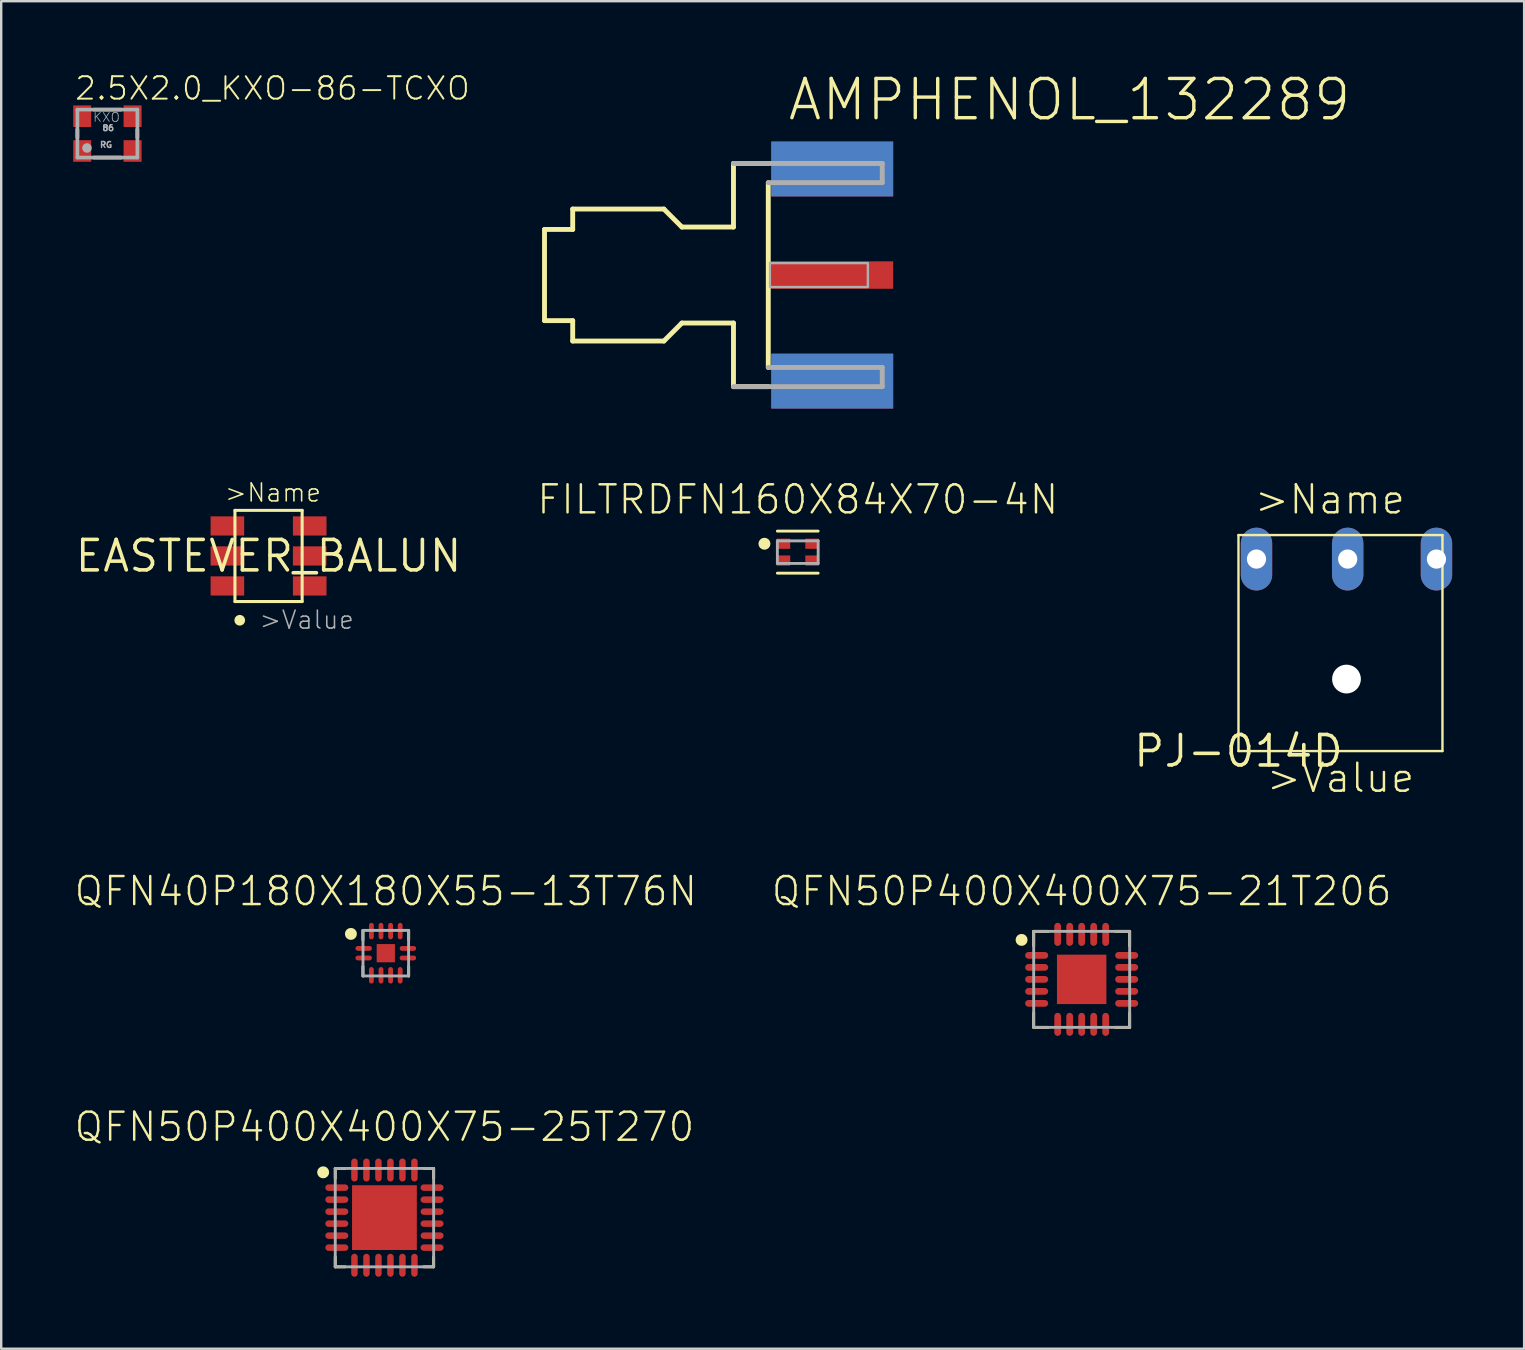
<source format=kicad_pcb>
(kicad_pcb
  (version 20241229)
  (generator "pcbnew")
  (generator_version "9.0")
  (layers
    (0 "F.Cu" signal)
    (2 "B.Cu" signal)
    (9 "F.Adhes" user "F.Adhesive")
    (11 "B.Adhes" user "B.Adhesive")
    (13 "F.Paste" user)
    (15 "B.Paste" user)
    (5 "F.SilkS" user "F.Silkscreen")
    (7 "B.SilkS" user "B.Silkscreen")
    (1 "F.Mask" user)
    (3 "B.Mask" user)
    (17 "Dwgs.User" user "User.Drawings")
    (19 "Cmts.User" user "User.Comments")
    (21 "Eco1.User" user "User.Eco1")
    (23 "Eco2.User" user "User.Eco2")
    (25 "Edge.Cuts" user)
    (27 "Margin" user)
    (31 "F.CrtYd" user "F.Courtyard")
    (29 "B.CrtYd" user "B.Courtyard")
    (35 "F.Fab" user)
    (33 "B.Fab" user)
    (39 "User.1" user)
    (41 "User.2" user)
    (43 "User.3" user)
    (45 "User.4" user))
  (footprint "AMPHENOL_132289"
    (layer "F.Cu")
    (at 29.066 8.412)
    (property "Reference" "AMPHENOL_132289" (at 0.635 -6.35 0) (layer "F.SilkS") (effects (font (size 1.636 1.636) (thickness 0.142)) (justify left bottom)))
    (fp_line (start -9.425 -1.9) (end -8.25 -1.9) (stroke (width 0.203) (type solid)) (layer "F.SilkS"))
    (fp_line (start -9.425 1.9) (end -9.425 -1.9) (stroke (width 0.203) (type solid)) (layer "F.SilkS"))
    (fp_line (start -8.25 -2.75) (end -4.45 -2.75) (stroke (width 0.203) (type solid)) (layer "F.SilkS"))
    (fp_line (start -8.25 -1.9) (end -8.25 -2.75) (stroke (width 0.203) (type solid)) (layer "F.SilkS"))
    (fp_line (start -8.25 1.9) (end -9.425 1.9) (stroke (width 0.203) (type solid)) (layer "F.SilkS"))
    (fp_line (start -8.25 2.75) (end -8.25 1.9) (stroke (width 0.203) (type solid)) (layer "F.SilkS"))
    (fp_line (start -4.45 -2.75) (end -3.7 -2) (stroke (width 0.203) (type solid)) (layer "F.SilkS"))
    (fp_line (start -4.45 2.75) (end -8.25 2.75) (stroke (width 0.203) (type solid)) (layer "F.SilkS"))
    (fp_line (start -3.7 -2) (end -1.55 -2) (stroke (width 0.203) (type solid)) (layer "F.SilkS"))
    (fp_line (start -3.7 2) (end -4.45 2.75) (stroke (width 0.203) (type solid)) (layer "F.SilkS"))
    (fp_line (start -1.55 -4.65) (end -0.1 -4.65) (stroke (width 0.203) (type solid)) (layer "F.SilkS"))
    (fp_line (start -1.55 -2) (end -1.55 -4.65) (stroke (width 0.203) (type solid)) (layer "F.SilkS"))
    (fp_line (start -1.55 2) (end -3.7 2) (stroke (width 0.203) (type solid)) (layer "F.SilkS"))
    (fp_line (start -1.55 4.65) (end -1.55 2) (stroke (width 0.203) (type solid)) (layer "F.SilkS"))
    (fp_line (start -0.1 3.85) (end -0.1 -3.85) (stroke (width 0.203) (type solid)) (layer "F.SilkS"))
    (fp_line (start -0.1 4.65) (end -1.55 4.65) (stroke (width 0.203) (type solid)) (layer "F.SilkS"))
    (fp_line (start -1.55 -4.65) (end 4.65 -4.65) (stroke (width 0.203) (type solid)) (layer "F.Fab"))
    (fp_line (start -0.1 -3.85) (end 4.65 -3.85) (stroke (width 0.203) (type solid)) (layer "F.Fab"))
    (fp_line (start 4.65 -3.85) (end 4.65 -4.65) (stroke (width 0.203) (type solid)) (layer "F.Fab"))
    (fp_line (start 4.65 3.85) (end -0.1 3.85) (stroke (width 0.203) (type solid)) (layer "F.Fab"))
    (fp_line (start 4.65 4.65) (end -1.55 4.65) (stroke (width 0.203) (type solid)) (layer "F.Fab"))
    (fp_line (start 4.65 4.65) (end 4.65 3.85) (stroke (width 0.203) (type solid)) (layer "F.Fab"))
    (fp_poly (pts (xy -0.025 0.5) (xy 4.05 0.5) (xy 4.05 -0.5) (xy -0.025 -0.5)) (stroke (width 0.1) (type solid)) (fill no) (layer "F.Fab"))
    (pad "1" smd rect (at 2.565 0) (size 5.08 1.143) (layers "F.Cu" "F.Mask" "F.Paste"))
    (pad "G@1" smd rect (at 2.565 -4.42) (size 5.08 2.286) (layers "F.Cu" "F.Mask" "F.Paste"))
    (pad "G@2" smd rect (at 2.565 4.42) (size 5.08 2.286) (layers "F.Cu" "F.Mask" "F.Paste"))
    (pad "G@3" smd rect (at 2.565 -4.42) (size 5.08 2.286) (layers "B.Cu" "B.Mask" "B.Paste"))
    (pad "G@4" smd rect (at 2.565 4.42) (size 5.08 2.286) (layers "B.Cu" "B.Mask" "B.Paste")))
  (footprint "QFN40P180X180X55-13T76N"
    (layer "F.Cu")
    (at 13.027 36.672)
    (property "Reference" "QFN40P180X180X55-13T76N" (at 0 -1.9 0) (layer "F.SilkS") (effects (font (size 1.168 1.168) (thickness 0.102)) (justify bottom)))
    (fp_line (start -0.954 -0.95) (end -0.954 -0.554) (stroke (width 0.12) (type solid)) (layer "F.SilkS"))
    (fp_line (start -0.954 0.95) (end -0.954 0.554) (stroke (width 0.12) (type solid)) (layer "F.SilkS"))
    (fp_line (start 0.954 -0.95) (end 0.954 -0.554) (stroke (width 0.12) (type solid)) (layer "F.SilkS"))
    (fp_line (start 0.954 0.95) (end 0.954 0.554) (stroke (width 0.12) (type solid)) (layer "F.SilkS"))
    (fp_circle (center -1.454 -0.804) (end -1.329 -0.804) (stroke (width 0.25) (type solid)) (fill no) (layer "F.SilkS"))
    (fp_line (start -0.95 -0.95) (end 0.95 -0.95) (stroke (width 0.12) (type solid)) (layer "F.Fab"))
    (fp_line (start -0.95 0.95) (end -0.95 -0.95) (stroke (width 0.12) (type solid)) (layer "F.Fab"))
    (fp_line (start 0.95 -0.95) (end 0.95 0.95) (stroke (width 0.12) (type solid)) (layer "F.Fab"))
    (fp_line (start 0.95 0.95) (end -0.95 0.95) (stroke (width 0.12) (type solid)) (layer "F.Fab"))
    (pad "1" smd roundrect (at -0.921 -0.2) (size 0.688 0.2) (layers "F.Cu" "F.Mask" "F.Paste") (roundrect_rratio 0.5))
    (pad "2" smd roundrect (at -0.921 0.2) (size 0.688 0.2) (layers "F.Cu" "F.Mask" "F.Paste") (roundrect_rratio 0.5))
    (pad "3" smd roundrect (at -0.6 0.921 90) (size 0.688 0.2) (layers "F.Cu" "F.Mask" "F.Paste") (roundrect_rratio 0.5))
    (pad "4" smd roundrect (at -0.2 0.921 90) (size 0.688 0.2) (layers "F.Cu" "F.Mask" "F.Paste") (roundrect_rratio 0.5))
    (pad "5" smd roundrect (at 0.2 0.921 90) (size 0.688 0.2) (layers "F.Cu" "F.Mask" "F.Paste") (roundrect_rratio 0.5))
    (pad "6" smd roundrect (at 0.6 0.921 90) (size 0.688 0.2) (layers "F.Cu" "F.Mask" "F.Paste") (roundrect_rratio 0.5))
    (pad "7" smd roundrect (at 0.921 0.2) (size 0.688 0.2) (layers "F.Cu" "F.Mask" "F.Paste") (roundrect_rratio 0.5))
    (pad "8" smd roundrect (at 0.921 -0.2) (size 0.688 0.2) (layers "F.Cu" "F.Mask" "F.Paste") (roundrect_rratio 0.5))
    (pad "9" smd roundrect (at 0.6 -0.921 90) (size 0.688 0.2) (layers "F.Cu" "F.Mask" "F.Paste") (roundrect_rratio 0.5))
    (pad "10" smd roundrect (at 0.2 -0.921 90) (size 0.688 0.2) (layers "F.Cu" "F.Mask" "F.Paste") (roundrect_rratio 0.5))
    (pad "11" smd roundrect (at -0.2 -0.921 90) (size 0.688 0.2) (layers "F.Cu" "F.Mask" "F.Paste") (roundrect_rratio 0.5))
    (pad "12" smd roundrect (at -0.6 -0.921 90) (size 0.688 0.2) (layers "F.Cu" "F.Mask" "F.Paste") (roundrect_rratio 0.5))
    (pad "13" smd rect (at 0 0) (size 0.76 0.76) (layers "F.Cu" "F.Mask" "F.Paste")))
  (footprint "EASTEVER_BALUN"
    (layer "F.Cu")
    (at 8.141 20.118)
    (property "Reference" "EASTEVER_BALUN" (at 0 0 0) (layer "F.SilkS") (effects (font (size 1.27 1.27) (thickness 0.15))))
    (fp_line (start -1.4 -1.9) (end 1.4 -1.9) (stroke (width 0.127) (type solid)) (layer "F.SilkS"))
    (fp_line (start -1.4 1.9) (end -1.4 -1.9) (stroke (width 0.127) (type solid)) (layer "F.SilkS"))
    (fp_line (start 1.4 -1.9) (end 1.4 1.9) (stroke (width 0.127) (type solid)) (layer "F.SilkS"))
    (fp_line (start 1.4 1.9) (end -1.4 1.9) (stroke (width 0.127) (type solid)) (layer "F.SilkS"))
    (fp_circle (center -1.2 2.68) (end -1.088 2.68) (stroke (width 0.224) (type solid)) (fill no) (layer "F.SilkS"))
    (fp_text user ">Name" (at -1.87 -2.2 0) (layer "F.SilkS") (effects (font (size 0.748 0.748) (thickness 0.065)) (justify left bottom)))
    (fp_text user ">Value" (at -0.43 3.1 0) (layer "F.Fab") (effects (font (size 0.748 0.748) (thickness 0.065)) (justify left bottom)))
    (pad "1" smd rect (at -1.715 1.25) (size 1.4 0.8) (layers "F.Cu" "F.Mask" "F.Paste"))
    (pad "2" smd rect (at -1.715 0) (size 1.4 0.8) (layers "F.Cu" "F.Mask" "F.Paste"))
    (pad "3" smd rect (at -1.715 -1.25) (size 1.4 0.8) (layers "F.Cu" "F.Mask" "F.Paste"))
    (pad "4" smd rect (at 1.715 -1.25) (size 1.4 0.8) (layers "F.Cu" "F.Mask" "F.Paste"))
    (pad "5" smd rect (at 1.715 0) (size 1.4 0.8) (layers "F.Cu" "F.Mask" "F.Paste"))
    (pad "6" smd rect (at 1.715 1.25) (size 1.4 0.8) (layers "F.Cu" "F.Mask" "F.Paste")))
  (footprint "2.5X2.0_KXO-86-TCXO"
    (layer "F.Cu")
    (at 1.425 2.517)
    (property "Reference" "2.5X2.0_KXO-86-TCXO" (at -1.411 -1.338 0) (layer "F.SilkS") (effects (font (size 0.935 0.935) (thickness 0.081)) (justify left bottom)))
    (fp_line (start -1.25 0.17) (end -1.25 -0.17) (stroke (width 0.152) (type solid)) (layer "F.SilkS"))
    (fp_line (start -0.57 -1) (end 0.57 -1) (stroke (width 0.152) (type solid)) (layer "F.SilkS"))
    (fp_line (start -0.57 1) (end 0.57 1) (stroke (width 0.152) (type solid)) (layer "F.SilkS"))
    (fp_line (start 1.25 0.17) (end 1.25 -0.17) (stroke (width 0.152) (type solid)) (layer "F.SilkS"))
    (fp_line (start -1.25 -1) (end -1.25 1) (stroke (width 0.152) (type solid)) (layer "F.Fab"))
    (fp_line (start -1.25 1) (end 1.25 1) (stroke (width 0.152) (type solid)) (layer "F.Fab"))
    (fp_line (start 1.25 -1) (end -1.25 -1) (stroke (width 0.152) (type solid)) (layer "F.Fab"))
    (fp_line (start 1.25 1) (end 1.25 -1) (stroke (width 0.152) (type solid)) (layer "F.Fab"))
    (fp_circle (center -0.85 0.6) (end -0.75 0.6) (stroke (width 0.2) (type solid)) (fill no) (layer "F.Fab"))
    (fp_text user "86" (at -0.24 -0.09 0) (layer "F.Fab") (effects (font (size 0.247 0.247) (thickness 0.058)) (justify left bottom)))
    (fp_text user "KXO" (at -0.62 -0.46 0) (layer "F.Fab") (effects (font (size 0.374 0.374) (thickness 0.033)) (justify left bottom)))
    (fp_text user "RG" (at -0.34 0.61 0) (layer "F.Fab") (effects (font (size 0.247 0.247) (thickness 0.058)) (justify left bottom)))
    (pad "1" smd rect (at -1.05 0.725) (size 0.75 0.9) (layers "F.Cu" "F.Mask" "F.Paste"))
    (pad "2" smd rect (at 1.05 0.725) (size 0.75 0.9) (layers "F.Cu" "F.Mask" "F.Paste"))
    (pad "3" smd rect (at 1.05 -0.725) (size 0.75 0.9) (layers "F.Cu" "F.Mask" "F.Paste"))
    (pad "4" smd rect (at -1.05 -0.725) (size 0.75 0.9) (layers "F.Cu" "F.Mask" "F.Paste")))
  (footprint "QFN50P400X400X75-21T206"
    (layer "F.Cu")
    (at 42.026 37.763)
    (property "Reference" "QFN50P400X400X75-21T206" (at 0 -2.991 0) (layer "F.SilkS") (effects (font (size 1.168 1.168) (thickness 0.102)) (justify bottom)))
    (fp_line (start -2 -2) (end -1.395 -2) (stroke (width 0.12) (type solid)) (layer "F.SilkS"))
    (fp_line (start -2 -1.395) (end -2 -2) (stroke (width 0.12) (type solid)) (layer "F.SilkS"))
    (fp_line (start -2 1.395) (end -2 2) (stroke (width 0.12) (type solid)) (layer "F.SilkS"))
    (fp_line (start -2 2) (end -1.395 2) (stroke (width 0.12) (type solid)) (layer "F.SilkS"))
    (fp_line (start 2 -2) (end 1.395 -2) (stroke (width 0.12) (type solid)) (layer "F.SilkS"))
    (fp_line (start 2 -1.395) (end 2 -2) (stroke (width 0.12) (type solid)) (layer "F.SilkS"))
    (fp_line (start 2 1.395) (end 2 2) (stroke (width 0.12) (type solid)) (layer "F.SilkS"))
    (fp_line (start 2 2) (end 1.395 2) (stroke (width 0.12) (type solid)) (layer "F.SilkS"))
    (fp_circle (center -2.504 -1.645) (end -2.379 -1.645) (stroke (width 0.25) (type solid)) (fill no) (layer "F.SilkS"))
    (fp_line (start -2 -2) (end 2 -2) (stroke (width 0.12) (type solid)) (layer "F.Fab"))
    (fp_line (start -2 2) (end -2 -2) (stroke (width 0.12) (type solid)) (layer "F.Fab"))
    (fp_line (start 2 -2) (end 2 2) (stroke (width 0.12) (type solid)) (layer "F.Fab"))
    (fp_line (start 2 2) (end -2 2) (stroke (width 0.12) (type solid)) (layer "F.Fab"))
    (pad "1" smd roundrect (at -1.875 -1) (size 0.962 0.282) (layers "F.Cu" "F.Mask" "F.Paste") (roundrect_rratio 0.5))
    (pad "2" smd roundrect (at -1.875 -0.5) (size 0.962 0.282) (layers "F.Cu" "F.Mask" "F.Paste") (roundrect_rratio 0.5))
    (pad "3" smd roundrect (at -1.875 0) (size 0.962 0.282) (layers "F.Cu" "F.Mask" "F.Paste") (roundrect_rratio 0.5))
    (pad "4" smd roundrect (at -1.875 0.5) (size 0.962 0.282) (layers "F.Cu" "F.Mask" "F.Paste") (roundrect_rratio 0.5))
    (pad "5" smd roundrect (at -1.875 1) (size 0.962 0.282) (layers "F.Cu" "F.Mask" "F.Paste") (roundrect_rratio 0.5))
    (pad "6" smd roundrect (at -1 1.875 90) (size 0.962 0.282) (layers "F.Cu" "F.Mask" "F.Paste") (roundrect_rratio 0.5))
    (pad "7" smd roundrect (at -0.5 1.875 90) (size 0.962 0.282) (layers "F.Cu" "F.Mask" "F.Paste") (roundrect_rratio 0.5))
    (pad "8" smd roundrect (at 0 1.875 90) (size 0.962 0.282) (layers "F.Cu" "F.Mask" "F.Paste") (roundrect_rratio 0.5))
    (pad "9" smd roundrect (at 0.5 1.875 90) (size 0.962 0.282) (layers "F.Cu" "F.Mask" "F.Paste") (roundrect_rratio 0.5))
    (pad "10" smd roundrect (at 1 1.875 90) (size 0.962 0.282) (layers "F.Cu" "F.Mask" "F.Paste") (roundrect_rratio 0.5))
    (pad "11" smd roundrect (at 1.875 1) (size 0.962 0.282) (layers "F.Cu" "F.Mask" "F.Paste") (roundrect_rratio 0.5))
    (pad "12" smd roundrect (at 1.875 0.5) (size 0.962 0.282) (layers "F.Cu" "F.Mask" "F.Paste") (roundrect_rratio 0.5))
    (pad "13" smd roundrect (at 1.875 0) (size 0.962 0.282) (layers "F.Cu" "F.Mask" "F.Paste") (roundrect_rratio 0.5))
    (pad "14" smd roundrect (at 1.875 -0.5) (size 0.962 0.282) (layers "F.Cu" "F.Mask" "F.Paste") (roundrect_rratio 0.5))
    (pad "15" smd roundrect (at 1.875 -1) (size 0.962 0.282) (layers "F.Cu" "F.Mask" "F.Paste") (roundrect_rratio 0.5))
    (pad "16" smd roundrect (at 1 -1.875 90) (size 0.962 0.282) (layers "F.Cu" "F.Mask" "F.Paste") (roundrect_rratio 0.5))
    (pad "17" smd roundrect (at 0.5 -1.875 90) (size 0.962 0.282) (layers "F.Cu" "F.Mask" "F.Paste") (roundrect_rratio 0.5))
    (pad "18" smd roundrect (at 0 -1.875 90) (size 0.962 0.282) (layers "F.Cu" "F.Mask" "F.Paste") (roundrect_rratio 0.5))
    (pad "19" smd roundrect (at -0.5 -1.875 90) (size 0.962 0.282) (layers "F.Cu" "F.Mask" "F.Paste") (roundrect_rratio 0.5))
    (pad "20" smd roundrect (at -1 -1.875 90) (size 0.962 0.282) (layers "F.Cu" "F.Mask" "F.Paste") (roundrect_rratio 0.5))
    (pad "21" smd rect (at 0 0) (size 2.06 2.06) (layers "F.Cu" "F.Mask" "F.Paste")))
  (footprint "QFN50P400X400X75-25T270"
    (layer "F.Cu")
    (at 12.971 47.692)
    (property "Reference" "QFN50P400X400X75-25T270" (at 0 -3.1 0) (layer "F.SilkS") (effects (font (size 1.168 1.168) (thickness 0.102)) (justify bottom)))
    (fp_line (start -2.05 -2.05) (end -1.639 -2.05) (stroke (width 0.12) (type solid)) (layer "F.SilkS"))
    (fp_line (start -2.05 -1.639) (end -2.05 -2.05) (stroke (width 0.12) (type solid)) (layer "F.SilkS"))
    (fp_line (start -2.05 1.639) (end -2.05 2.05) (stroke (width 0.12) (type solid)) (layer "F.SilkS"))
    (fp_line (start -2.05 2.05) (end -1.639 2.05) (stroke (width 0.12) (type solid)) (layer "F.SilkS"))
    (fp_line (start 2.05 -2.05) (end 1.639 -2.05) (stroke (width 0.12) (type solid)) (layer "F.SilkS"))
    (fp_line (start 2.05 -1.639) (end 2.05 -2.05) (stroke (width 0.12) (type solid)) (layer "F.SilkS"))
    (fp_line (start 2.05 1.639) (end 2.05 2.05) (stroke (width 0.12) (type solid)) (layer "F.SilkS"))
    (fp_line (start 2.05 2.05) (end 1.639 2.05) (stroke (width 0.12) (type solid)) (layer "F.SilkS"))
    (fp_circle (center -2.554 -1.889) (end -2.429 -1.889) (stroke (width 0.25) (type solid)) (fill no) (layer "F.SilkS"))
    (fp_line (start -2.05 -2.05) (end 2.05 -2.05) (stroke (width 0.12) (type solid)) (layer "F.Fab"))
    (fp_line (start -2.05 2.05) (end -2.05 -2.05) (stroke (width 0.12) (type solid)) (layer "F.Fab"))
    (fp_line (start 2.05 -2.05) (end 2.05 2.05) (stroke (width 0.12) (type solid)) (layer "F.Fab"))
    (fp_line (start 2.05 2.05) (end -2.05 2.05) (stroke (width 0.12) (type solid)) (layer "F.Fab"))
    (pad "1" smd roundrect (at -1.985 -1.25) (size 0.96 0.27) (layers "F.Cu" "F.Mask" "F.Paste") (roundrect_rratio 0.5))
    (pad "2" smd roundrect (at -1.985 -0.75) (size 0.96 0.27) (layers "F.Cu" "F.Mask" "F.Paste") (roundrect_rratio 0.5))
    (pad "3" smd roundrect (at -1.985 -0.25) (size 0.96 0.27) (layers "F.Cu" "F.Mask" "F.Paste") (roundrect_rratio 0.5))
    (pad "4" smd roundrect (at -1.985 0.25) (size 0.96 0.27) (layers "F.Cu" "F.Mask" "F.Paste") (roundrect_rratio 0.5))
    (pad "5" smd roundrect (at -1.985 0.75) (size 0.96 0.27) (layers "F.Cu" "F.Mask" "F.Paste") (roundrect_rratio 0.5))
    (pad "6" smd roundrect (at -1.985 1.25) (size 0.96 0.27) (layers "F.Cu" "F.Mask" "F.Paste") (roundrect_rratio 0.5))
    (pad "7" smd roundrect (at -1.25 1.985 90) (size 0.96 0.27) (layers "F.Cu" "F.Mask" "F.Paste") (roundrect_rratio 0.5))
    (pad "8" smd roundrect (at -0.75 1.985 90) (size 0.96 0.27) (layers "F.Cu" "F.Mask" "F.Paste") (roundrect_rratio 0.5))
    (pad "9" smd roundrect (at -0.25 1.985 90) (size 0.96 0.27) (layers "F.Cu" "F.Mask" "F.Paste") (roundrect_rratio 0.5))
    (pad "10" smd roundrect (at 0.25 1.985 90) (size 0.96 0.27) (layers "F.Cu" "F.Mask" "F.Paste") (roundrect_rratio 0.5))
    (pad "11" smd roundrect (at 0.75 1.985 90) (size 0.96 0.27) (layers "F.Cu" "F.Mask" "F.Paste") (roundrect_rratio 0.5))
    (pad "12" smd roundrect (at 1.25 1.985 90) (size 0.96 0.27) (layers "F.Cu" "F.Mask" "F.Paste") (roundrect_rratio 0.5))
    (pad "13" smd roundrect (at 1.985 1.25) (size 0.96 0.27) (layers "F.Cu" "F.Mask" "F.Paste") (roundrect_rratio 0.5))
    (pad "14" smd roundrect (at 1.985 0.75) (size 0.96 0.27) (layers "F.Cu" "F.Mask" "F.Paste") (roundrect_rratio 0.5))
    (pad "15" smd roundrect (at 1.985 0.25) (size 0.96 0.27) (layers "F.Cu" "F.Mask" "F.Paste") (roundrect_rratio 0.5))
    (pad "16" smd roundrect (at 1.985 -0.25) (size 0.96 0.27) (layers "F.Cu" "F.Mask" "F.Paste") (roundrect_rratio 0.5))
    (pad "17" smd roundrect (at 1.985 -0.75) (size 0.96 0.27) (layers "F.Cu" "F.Mask" "F.Paste") (roundrect_rratio 0.5))
    (pad "18" smd roundrect (at 1.985 -1.25) (size 0.96 0.27) (layers "F.Cu" "F.Mask" "F.Paste") (roundrect_rratio 0.5))
    (pad "19" smd roundrect (at 1.25 -1.985 90) (size 0.96 0.27) (layers "F.Cu" "F.Mask" "F.Paste") (roundrect_rratio 0.5))
    (pad "20" smd roundrect (at 0.75 -1.985 90) (size 0.96 0.27) (layers "F.Cu" "F.Mask" "F.Paste") (roundrect_rratio 0.5))
    (pad "21" smd roundrect (at 0.25 -1.985 90) (size 0.96 0.27) (layers "F.Cu" "F.Mask" "F.Paste") (roundrect_rratio 0.5))
    (pad "22" smd roundrect (at -0.25 -1.985 90) (size 0.96 0.27) (layers "F.Cu" "F.Mask" "F.Paste") (roundrect_rratio 0.5))
    (pad "23" smd roundrect (at -0.75 -1.985 90) (size 0.96 0.27) (layers "F.Cu" "F.Mask" "F.Paste") (roundrect_rratio 0.5))
    (pad "24" smd roundrect (at -1.25 -1.985 90) (size 0.96 0.27) (layers "F.Cu" "F.Mask" "F.Paste") (roundrect_rratio 0.5))
    (pad "25" smd rect (at 0 0) (size 2.7 2.7) (layers "F.Cu" "F.Mask" "F.Paste")))
  (footprint "FILTRDFN160X84X70-4N"
    (layer "F.Cu")
    (at 30.195 19.959)
    (property "Reference" "FILTRDFN160X84X70-4N" (at 0 -1.511 0) (layer "F.SilkS") (effects (font (size 1.168 1.168) (thickness 0.102)) (justify bottom)))
    (fp_line (start 0.85 -0.876) (end -0.85 -0.876) (stroke (width 0.12) (type solid)) (layer "F.SilkS"))
    (fp_line (start 0.85 0.876) (end -0.85 0.876) (stroke (width 0.12) (type solid)) (layer "F.SilkS"))
    (fp_circle (center -1.389 -0.35) (end -1.264 -0.35) (stroke (width 0.25) (type solid)) (fill no) (layer "F.SilkS"))
    (fp_line (start -0.85 -0.47) (end 0.85 -0.47) (stroke (width 0.12) (type solid)) (layer "F.Fab"))
    (fp_line (start -0.85 0.47) (end -0.85 -0.47) (stroke (width 0.12) (type solid)) (layer "F.Fab"))
    (fp_line (start 0.85 -0.47) (end 0.85 0.47) (stroke (width 0.12) (type solid)) (layer "F.Fab"))
    (fp_line (start 0.85 0.47) (end -0.85 0.47) (stroke (width 0.12) (type solid)) (layer "F.Fab"))
    (pad "1" smd rect (at -0.6 -0.35) (size 0.571 0.424) (layers "F.Cu" "F.Mask" "F.Paste"))
    (pad "2" smd rect (at -0.6 0.35) (size 0.571 0.424) (layers "F.Cu" "F.Mask" "F.Paste"))
    (pad "3" smd rect (at 0.6 0.35) (size 0.571 0.424) (layers "F.Cu" "F.Mask" "F.Paste"))
    (pad "4" smd rect (at 0.6 -0.35) (size 0.571 0.424) (layers "F.Cu" "F.Mask" "F.Paste")))
  (footprint "PJ-014D"
    (layer "F.Cu")
    (at 48.561 28.248)
    (property "Reference" "PJ-014D" (at 0 0 0) (layer "F.SilkS") (effects (font (size 1.27 1.27) (thickness 0.15))))
    (fp_line (start 0 -9) (end 0 0) (stroke (width 0.1) (type solid)) (layer "F.SilkS"))
    (fp_line (start 0 0) (end 8.5 0) (stroke (width 0.1) (type solid)) (layer "F.SilkS"))
    (fp_line (start 8.5 -9) (end 0 -9) (stroke (width 0.1) (type solid)) (layer "F.SilkS"))
    (fp_line (start 8.5 0) (end 8.5 -9) (stroke (width 0.1) (type solid)) (layer "F.SilkS"))
    (fp_text user ">Name" (at 0.6 -9.8 0) (layer "F.SilkS") (effects (font (size 1.168 1.168) (thickness 0.102)) (justify left bottom)))
    (fp_text user ">Value" (at 1.1 1.8 0) (layer "F.SilkS") (effects (font (size 1.168 1.168) (thickness 0.102)) (justify left bottom)))
    (pad "" np_thru_hole circle (at 4.5 -3) (size 1.2 1.2) (drill 1.2) (layers "*.Cu" "*.Mask"))
    (pad "1" thru_hole oval (at 8.25 -8 90) (size 2.616 1.308) (drill 0.8) (layers "*.Cu" "*.Mask"))
    (pad "2" thru_hole oval (at 0.75 -8 90) (size 2.616 1.308) (drill 0.8) (layers "*.Cu" "*.Mask"))
    (pad "3" thru_hole oval (at 4.55 -8 90) (size 2.616 1.308) (drill 0.8) (layers "*.Cu" "*.Mask")))
  (gr_rect
    (start -3 -3)
    (end 60.465 53.156)
    (stroke (width 0.1) (type default))
    (fill no)
    (layer "Edge.Cuts")))
</source>
